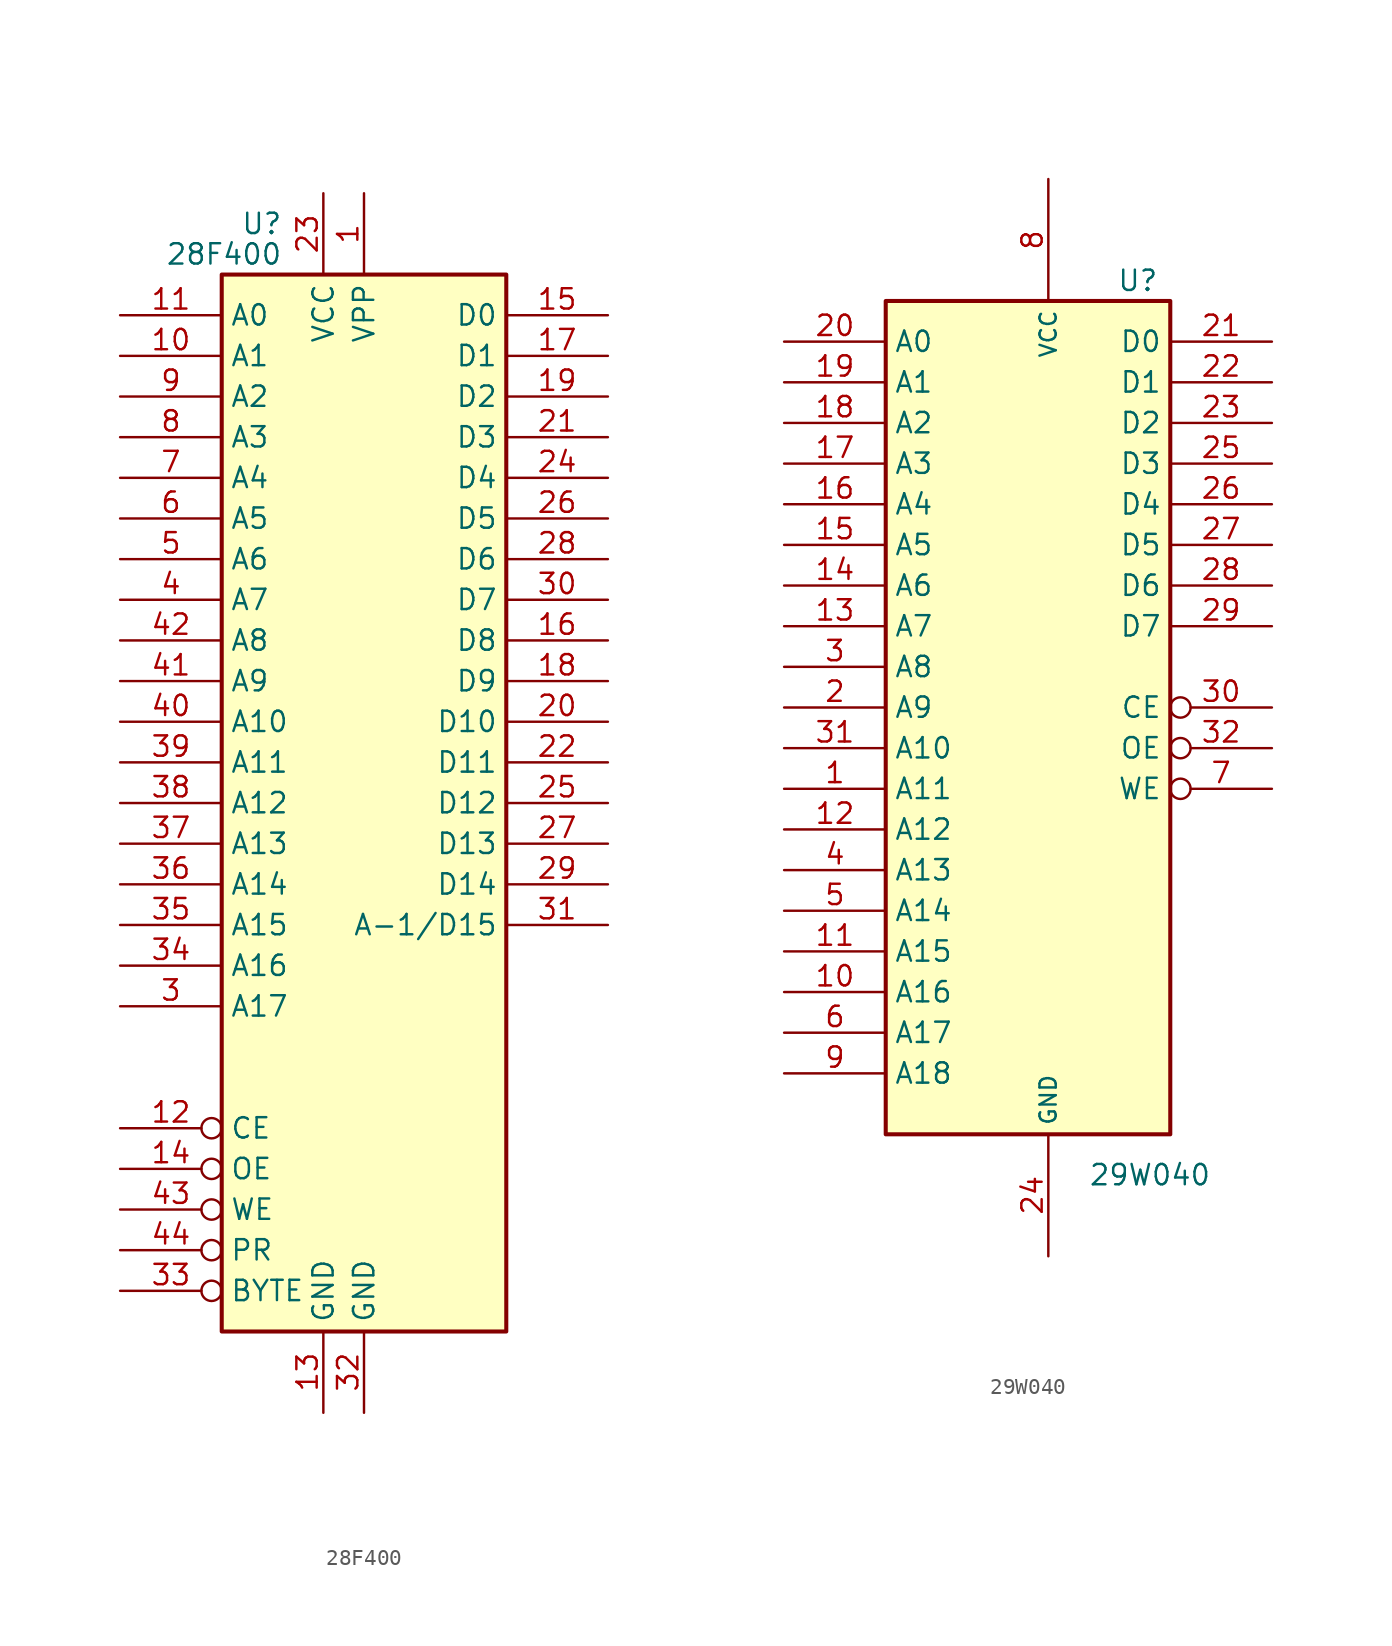
<source format=kicad_sym>
(kicad_symbol_lib
  (version 20201005)
  (generator kicad_symbol_editor)
  (symbol "28F400"
    (property "Reference" "U"
      (at -5.08 36.195 0)
      (effects (font (size 1.27 1.27)) (justify right)))
    (property "Value" "28F400"
      (at -5.08 34.29 0)
      (effects (font (size 1.27 1.27)) (justify right)))
    (symbol "28F400_0_1"
      (rectangle (start -8.89 33.02) (end 8.89 -33.02) (stroke (width 0.254)) (fill (type background))))
    (symbol "28F400_1_1"
      (pin power_in line (at 0 38.1 270) (length 5.08) (name "VPP" (effects (font (size 1.27 1.27)))) (number "1" (effects (font (size 1.27 1.27)))))
      (pin input line (at -15.24 27.94 0) (length 6.35) (name "A1" (effects (font (size 1.27 1.27)))) (number "10" (effects (font (size 1.27 1.27)))))
      (pin input line (at -15.24 30.48 0) (length 6.35) (name "A0" (effects (font (size 1.27 1.27)))) (number "11" (effects (font (size 1.27 1.27)))))
      (pin input inverted (at -15.24 -20.32 0) (length 6.35) (name "CE" (effects (font (size 1.27 1.27)))) (number "12" (effects (font (size 1.27 1.27)))))
      (pin power_in line (at -2.54 -38.1 90) (length 5.08) (name "GND" (effects (font (size 1.27 1.27)))) (number "13" (effects (font (size 1.27 1.27)))))
      (pin input inverted (at -15.24 -22.86 0) (length 6.35) (name "OE" (effects (font (size 1.27 1.27)))) (number "14" (effects (font (size 1.27 1.27)))))
      (pin tri_state line (at 15.24 30.48 180) (length 6.35) (name "D0" (effects (font (size 1.27 1.27)))) (number "15" (effects (font (size 1.27 1.27)))))
      (pin tri_state line (at 15.24 10.16 180) (length 6.35) (name "D8" (effects (font (size 1.27 1.27)))) (number "16" (effects (font (size 1.27 1.27)))))
      (pin tri_state line (at 15.24 27.94 180) (length 6.35) (name "D1" (effects (font (size 1.27 1.27)))) (number "17" (effects (font (size 1.27 1.27)))))
      (pin tri_state line (at 15.24 7.62 180) (length 6.35) (name "D9" (effects (font (size 1.27 1.27)))) (number "18" (effects (font (size 1.27 1.27)))))
      (pin tri_state line (at 15.24 25.4 180) (length 6.35) (name "D2" (effects (font (size 1.27 1.27)))) (number "19" (effects (font (size 1.27 1.27)))))
      (pin no_connect line (at 15.24 -30.48 180) (length 6.35) hide (name "DU" (effects (font (size 1.27 1.27)))) (number "2" (effects (font (size 1.27 1.27)))))
      (pin tri_state line (at 15.24 5.08 180) (length 6.35) (name "D10" (effects (font (size 1.27 1.27)))) (number "20" (effects (font (size 1.27 1.27)))))
      (pin tri_state line (at 15.24 22.86 180) (length 6.35) (name "D3" (effects (font (size 1.27 1.27)))) (number "21" (effects (font (size 1.27 1.27)))))
      (pin tri_state line (at 15.24 2.54 180) (length 6.35) (name "D11" (effects (font (size 1.27 1.27)))) (number "22" (effects (font (size 1.27 1.27)))))
      (pin power_in line (at -2.54 38.1 270) (length 5.08) (name "VCC" (effects (font (size 1.27 1.27)))) (number "23" (effects (font (size 1.27 1.27)))))
      (pin tri_state line (at 15.24 20.32 180) (length 6.35) (name "D4" (effects (font (size 1.27 1.27)))) (number "24" (effects (font (size 1.27 1.27)))))
      (pin tri_state line (at 15.24 0 180) (length 6.35) (name "D12" (effects (font (size 1.27 1.27)))) (number "25" (effects (font (size 1.27 1.27)))))
      (pin tri_state line (at 15.24 17.78 180) (length 6.35) (name "D5" (effects (font (size 1.27 1.27)))) (number "26" (effects (font (size 1.27 1.27)))))
      (pin tri_state line (at 15.24 -2.54 180) (length 6.35) (name "D13" (effects (font (size 1.27 1.27)))) (number "27" (effects (font (size 1.27 1.27)))))
      (pin tri_state line (at 15.24 15.24 180) (length 6.35) (name "D6" (effects (font (size 1.27 1.27)))) (number "28" (effects (font (size 1.27 1.27)))))
      (pin tri_state line (at 15.24 -5.08 180) (length 6.35) (name "D14" (effects (font (size 1.27 1.27)))) (number "29" (effects (font (size 1.27 1.27)))))
      (pin input line (at -15.24 -12.7 0) (length 6.35) (name "A17" (effects (font (size 1.27 1.27)))) (number "3" (effects (font (size 1.27 1.27)))))
      (pin tri_state line (at 15.24 12.7 180) (length 6.35) (name "D7" (effects (font (size 1.27 1.27)))) (number "30" (effects (font (size 1.27 1.27)))))
      (pin tri_state line (at 15.24 -7.62 180) (length 6.35) (name "A-1/D15" (effects (font (size 1.27 1.27)))) (number "31" (effects (font (size 1.27 1.27)))))
      (pin power_in line (at 0 -38.1 90) (length 5.08) (name "GND" (effects (font (size 1.27 1.27)))) (number "32" (effects (font (size 1.27 1.27)))))
      (pin input inverted (at -15.24 -30.48 0) (length 6.35) (name "BYTE" (effects (font (size 1.27 1.27)))) (number "33" (effects (font (size 1.27 1.27)))))
      (pin input line (at -15.24 -10.16 0) (length 6.35) (name "A16" (effects (font (size 1.27 1.27)))) (number "34" (effects (font (size 1.27 1.27)))))
      (pin input line (at -15.24 -7.62 0) (length 6.35) (name "A15" (effects (font (size 1.27 1.27)))) (number "35" (effects (font (size 1.27 1.27)))))
      (pin input line (at -15.24 -5.08 0) (length 6.35) (name "A14" (effects (font (size 1.27 1.27)))) (number "36" (effects (font (size 1.27 1.27)))))
      (pin input line (at -15.24 -2.54 0) (length 6.35) (name "A13" (effects (font (size 1.27 1.27)))) (number "37" (effects (font (size 1.27 1.27)))))
      (pin input line (at -15.24 0 0) (length 6.35) (name "A12" (effects (font (size 1.27 1.27)))) (number "38" (effects (font (size 1.27 1.27)))))
      (pin input line (at -15.24 2.54 0) (length 6.35) (name "A11" (effects (font (size 1.27 1.27)))) (number "39" (effects (font (size 1.27 1.27)))))
      (pin input line (at -15.24 12.7 0) (length 6.35) (name "A7" (effects (font (size 1.27 1.27)))) (number "4" (effects (font (size 1.27 1.27)))))
      (pin input line (at -15.24 5.08 0) (length 6.35) (name "A10" (effects (font (size 1.27 1.27)))) (number "40" (effects (font (size 1.27 1.27)))))
      (pin input line (at -15.24 7.62 0) (length 6.35) (name "A9" (effects (font (size 1.27 1.27)))) (number "41" (effects (font (size 1.27 1.27)))))
      (pin input line (at -15.24 10.16 0) (length 6.35) (name "A8" (effects (font (size 1.27 1.27)))) (number "42" (effects (font (size 1.27 1.27)))))
      (pin input inverted (at -15.24 -25.4 0) (length 6.35) (name "WE" (effects (font (size 1.27 1.27)))) (number "43" (effects (font (size 1.27 1.27)))))
      (pin input inverted (at -15.24 -27.94 0) (length 6.35) (name "PR" (effects (font (size 1.27 1.27)))) (number "44" (effects (font (size 1.27 1.27)))))
      (pin input line (at -15.24 15.24 0) (length 6.35) (name "A6" (effects (font (size 1.27 1.27)))) (number "5" (effects (font (size 1.27 1.27)))))
      (pin input line (at -15.24 17.78 0) (length 6.35) (name "A5" (effects (font (size 1.27 1.27)))) (number "6" (effects (font (size 1.27 1.27)))))
      (pin input line (at -15.24 20.32 0) (length 6.35) (name "A4" (effects (font (size 1.27 1.27)))) (number "7" (effects (font (size 1.27 1.27)))))
      (pin input line (at -15.24 22.86 0) (length 6.35) (name "A3" (effects (font (size 1.27 1.27)))) (number "8" (effects (font (size 1.27 1.27)))))
      (pin input line (at -15.24 25.4 0) (length 6.35) (name "A2" (effects (font (size 1.27 1.27)))) (number "9" (effects (font (size 1.27 1.27)))))))
  (symbol "29W040"
    (property "Reference" "U"
      (at 6.858 24.13 0)
      (effects (font (size 1.27 1.27))))
    (property "Value" "29W040"
      (at 7.62 -31.75 0)
      (effects (font (size 1.27 1.27))))
    (symbol "29W040_0_1"
      (rectangle (start -8.89 22.86) (end 8.89 -29.21) (stroke (width 0.254)) (fill (type background))))
    (symbol "29W040_1_1"
      (pin input line (at -15.24 -7.62 0) (length 6.35) (name "A11" (effects (font (size 1.27 1.27)))) (number "1" (effects (font (size 1.27 1.27)))))
      (pin input line (at -15.24 -20.32 0) (length 6.35) (name "A16" (effects (font (size 1.27 1.27)))) (number "10" (effects (font (size 1.27 1.27)))))
      (pin input line (at -15.24 -17.78 0) (length 6.35) (name "A15" (effects (font (size 1.27 1.27)))) (number "11" (effects (font (size 1.27 1.27)))))
      (pin input line (at -15.24 -10.16 0) (length 6.35) (name "A12" (effects (font (size 1.27 1.27)))) (number "12" (effects (font (size 1.27 1.27)))))
      (pin input line (at -15.24 2.54 0) (length 6.35) (name "A7" (effects (font (size 1.27 1.27)))) (number "13" (effects (font (size 1.27 1.27)))))
      (pin input line (at -15.24 5.08 0) (length 6.35) (name "A6" (effects (font (size 1.27 1.27)))) (number "14" (effects (font (size 1.27 1.27)))))
      (pin input line (at -15.24 7.62 0) (length 6.35) (name "A5" (effects (font (size 1.27 1.27)))) (number "15" (effects (font (size 1.27 1.27)))))
      (pin input line (at -15.24 10.16 0) (length 6.35) (name "A4" (effects (font (size 1.27 1.27)))) (number "16" (effects (font (size 1.27 1.27)))))
      (pin input line (at -15.24 12.7 0) (length 6.35) (name "A3" (effects (font (size 1.27 1.27)))) (number "17" (effects (font (size 1.27 1.27)))))
      (pin input line (at -15.24 15.24 0) (length 6.35) (name "A2" (effects (font (size 1.27 1.27)))) (number "18" (effects (font (size 1.27 1.27)))))
      (pin input line (at -15.24 17.78 0) (length 6.35) (name "A1" (effects (font (size 1.27 1.27)))) (number "19" (effects (font (size 1.27 1.27)))))
      (pin input line (at -15.24 -2.54 0) (length 6.35) (name "A9" (effects (font (size 1.27 1.27)))) (number "2" (effects (font (size 1.27 1.27)))))
      (pin input line (at -15.24 20.32 0) (length 6.35) (name "A0" (effects (font (size 1.27 1.27)))) (number "20" (effects (font (size 1.27 1.27)))))
      (pin tri_state line (at 15.24 20.32 180) (length 6.35) (name "D0" (effects (font (size 1.27 1.27)))) (number "21" (effects (font (size 1.27 1.27)))))
      (pin tri_state line (at 15.24 17.78 180) (length 6.35) (name "D1" (effects (font (size 1.27 1.27)))) (number "22" (effects (font (size 1.27 1.27)))))
      (pin tri_state line (at 15.24 15.24 180) (length 6.35) (name "D2" (effects (font (size 1.27 1.27)))) (number "23" (effects (font (size 1.27 1.27)))))
      (pin power_in line (at 1.27 -36.83 90) (length 7.62) (name "GND" (effects (font (size 1.016 1.016)))) (number "24" (effects (font (size 1.27 1.27)))))
      (pin tri_state line (at 15.24 12.7 180) (length 6.35) (name "D3" (effects (font (size 1.27 1.27)))) (number "25" (effects (font (size 1.27 1.27)))))
      (pin tri_state line (at 15.24 10.16 180) (length 6.35) (name "D4" (effects (font (size 1.27 1.27)))) (number "26" (effects (font (size 1.27 1.27)))))
      (pin tri_state line (at 15.24 7.62 180) (length 6.35) (name "D5" (effects (font (size 1.27 1.27)))) (number "27" (effects (font (size 1.27 1.27)))))
      (pin tri_state line (at 15.24 5.08 180) (length 6.35) (name "D6" (effects (font (size 1.27 1.27)))) (number "28" (effects (font (size 1.27 1.27)))))
      (pin tri_state line (at 15.24 2.54 180) (length 6.35) (name "D7" (effects (font (size 1.27 1.27)))) (number "29" (effects (font (size 1.27 1.27)))))
      (pin input line (at -15.24 0 0) (length 6.35) (name "A8" (effects (font (size 1.27 1.27)))) (number "3" (effects (font (size 1.27 1.27)))))
      (pin input inverted (at 15.24 -2.54 180) (length 6.35) (name "CE" (effects (font (size 1.27 1.27)))) (number "30" (effects (font (size 1.27 1.27)))))
      (pin input line (at -15.24 -5.08 0) (length 6.35) (name "A10" (effects (font (size 1.27 1.27)))) (number "31" (effects (font (size 1.27 1.27)))))
      (pin input inverted (at 15.24 -5.08 180) (length 6.35) (name "OE" (effects (font (size 1.27 1.27)))) (number "32" (effects (font (size 1.27 1.27)))))
      (pin input line (at -15.24 -12.7 0) (length 6.35) (name "A13" (effects (font (size 1.27 1.27)))) (number "4" (effects (font (size 1.27 1.27)))))
      (pin input line (at -15.24 -15.24 0) (length 6.35) (name "A14" (effects (font (size 1.27 1.27)))) (number "5" (effects (font (size 1.27 1.27)))))
      (pin input line (at -15.24 -22.86 0) (length 6.35) (name "A17" (effects (font (size 1.27 1.27)))) (number "6" (effects (font (size 1.27 1.27)))))
      (pin input inverted (at 15.24 -7.62 180) (length 6.35) (name "WE" (effects (font (size 1.27 1.27)))) (number "7" (effects (font (size 1.27 1.27)))))
      (pin power_in line (at 1.27 30.48 270) (length 7.62) (name "VCC" (effects (font (size 1.016 1.016)))) (number "8" (effects (font (size 1.27 1.27)))))
      (pin input line (at -15.24 -25.4 0) (length 6.35) (name "A18" (effects (font (size 1.27 1.27)))) (number "9" (effects (font (size 1.27 1.27))))))))
</source>
